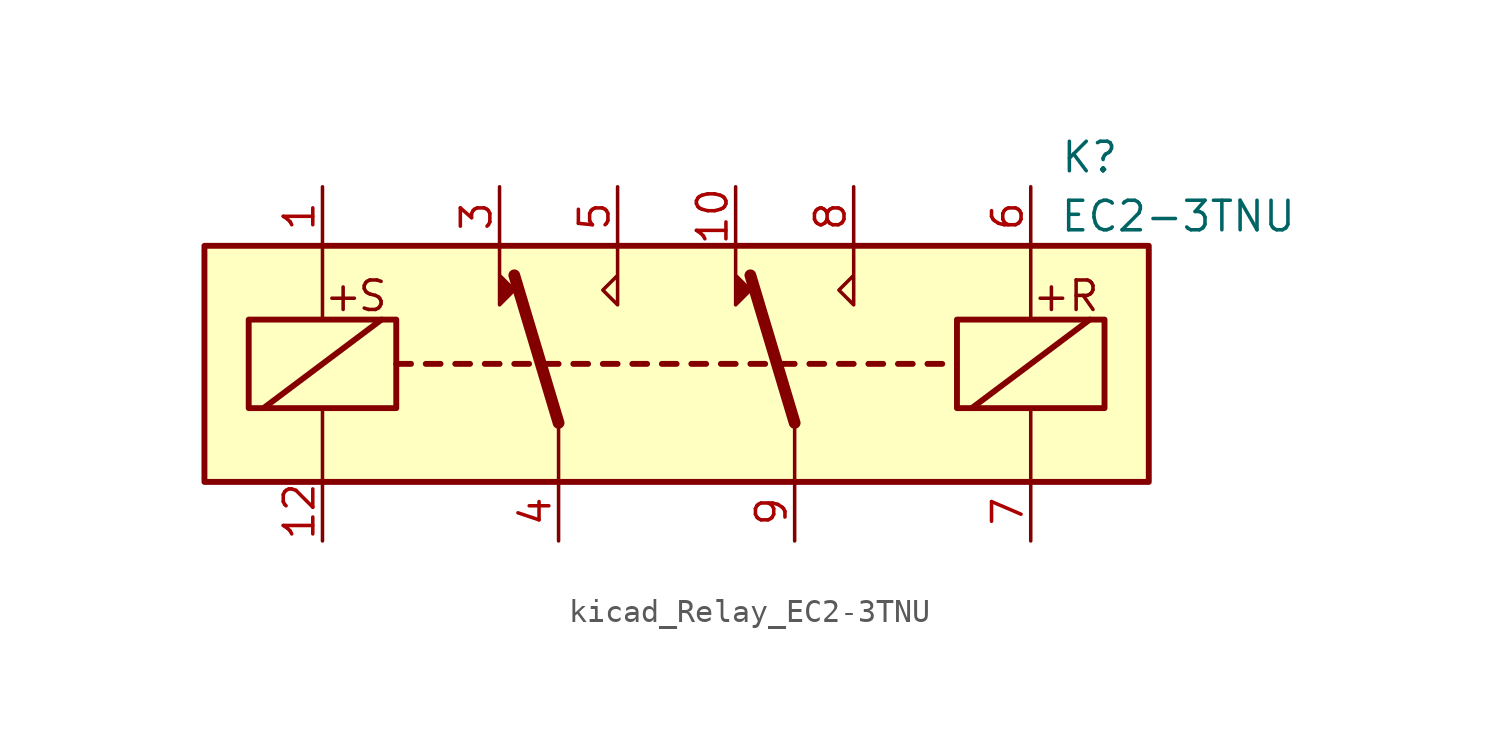
<source format=kicad_sym>
(kicad_symbol_lib
  (version 20220914)
  (generator kicad_symbol_editor)
  (symbol "kicad_Relay_EC2-3TNU"
    (property "Reference" "K"
      (at 17.78 8.89 0)
      (effects (font (size 1.27 1.27))))
    (property "Value" "EC2-3TNU"
      (at 21.59 6.35 0)
      (effects (font (size 1.27 1.27))))
    (symbol "kicad_Relay_EC2-3TNU_1_1"
      (rectangle (start -20.32 5.08) (end 20.32 -5.08) (stroke (width 0.254) (type default)) (fill (type background)))
      (rectangle (start -18.415 1.905) (end -12.065 -1.905) (stroke (width 0.254) (type default)) (fill (type none)))
      (polyline (pts (xy -17.78 -1.905) (xy -12.7 1.905)) (stroke (width 0.254) (type default)) (fill (type none)))
      (polyline (pts (xy -15.24 -5.08) (xy -15.24 -1.905)) (stroke (width 0) (type default)) (fill (type none)))
      (polyline (pts (xy -15.24 5.08) (xy -15.24 1.905)) (stroke (width 0) (type default)) (fill (type none)))
      (polyline (pts (xy -12.065 0) (xy -11.43 0)) (stroke (width 0.254) (type default)) (fill (type none)))
      (polyline (pts (xy -10.795 0) (xy -10.16 0)) (stroke (width 0.254) (type default)) (fill (type none)))
      (polyline (pts (xy -9.525 0) (xy -8.89 0)) (stroke (width 0.254) (type default)) (fill (type none)))
      (polyline (pts (xy -8.255 0) (xy -7.62 0)) (stroke (width 0.254) (type default)) (fill (type none)))
      (polyline (pts (xy -6.985 0) (xy -6.35 0)) (stroke (width 0.254) (type default)) (fill (type none)))
      (polyline (pts (xy -5.715 0) (xy -5.08 0)) (stroke (width 0.254) (type default)) (fill (type none)))
      (polyline (pts (xy -5.08 -2.54) (xy -6.985 3.81)) (stroke (width 0.508) (type default)) (fill (type none)))
      (polyline (pts (xy -5.08 -2.54) (xy -5.08 -5.08)) (stroke (width 0) (type default)) (fill (type none)))
      (polyline (pts (xy -4.445 0) (xy -3.81 0)) (stroke (width 0.254) (type default)) (fill (type none)))
      (polyline (pts (xy -3.175 0) (xy -2.54 0)) (stroke (width 0.254) (type default)) (fill (type none)))
      (polyline (pts (xy -1.905 0) (xy -1.27 0)) (stroke (width 0.254) (type default)) (fill (type none)))
      (polyline (pts (xy -0.635 0) (xy 0 0)) (stroke (width 0.254) (type default)) (fill (type none)))
      (polyline (pts (xy 0.635 0) (xy 1.27 0)) (stroke (width 0.254) (type default)) (fill (type none)))
      (polyline (pts (xy 1.905 0) (xy 2.54 0)) (stroke (width 0.254) (type default)) (fill (type none)))
      (polyline (pts (xy 3.175 0) (xy 3.81 0)) (stroke (width 0.254) (type default)) (fill (type none)))
      (polyline (pts (xy 4.445 0) (xy 5.08 0)) (stroke (width 0.254) (type default)) (fill (type none)))
      (polyline (pts (xy 5.08 -2.54) (xy 3.175 3.81)) (stroke (width 0.508) (type default)) (fill (type none)))
      (polyline (pts (xy 5.08 -2.54) (xy 5.08 -5.08)) (stroke (width 0) (type default)) (fill (type none)))
      (polyline (pts (xy 5.715 0) (xy 6.35 0)) (stroke (width 0.254) (type default)) (fill (type none)))
      (polyline (pts (xy 6.985 0) (xy 7.62 0)) (stroke (width 0.254) (type default)) (fill (type none)))
      (polyline (pts (xy 8.255 0) (xy 8.89 0)) (stroke (width 0.254) (type default)) (fill (type none)))
      (polyline (pts (xy 9.525 0) (xy 10.16 0)) (stroke (width 0.254) (type default)) (fill (type none)))
      (polyline (pts (xy 10.795 0) (xy 11.43 0)) (stroke (width 0.254) (type default)) (fill (type none)))
      (polyline (pts (xy 12.7 -1.905) (xy 17.78 1.905)) (stroke (width 0.254) (type default)) (fill (type none)))
      (polyline (pts (xy 15.24 -5.08) (xy 15.24 -1.905)) (stroke (width 0) (type default)) (fill (type none)))
      (polyline (pts (xy 15.24 5.08) (xy 15.24 1.905)) (stroke (width 0) (type default)) (fill (type none)))
      (polyline (pts (xy -7.62 5.08) (xy -7.62 2.54) (xy -6.985 3.175) (xy -7.62 3.81)) (stroke (width 0) (type default)) (fill (type outline)))
      (polyline (pts (xy -2.54 5.08) (xy -2.54 2.54) (xy -3.175 3.175) (xy -2.54 3.81)) (stroke (width 0) (type default)) (fill (type none)))
      (polyline (pts (xy 2.54 5.08) (xy 2.54 2.54) (xy 3.175 3.175) (xy 2.54 3.81)) (stroke (width 0) (type default)) (fill (type outline)))
      (polyline (pts (xy 7.62 5.08) (xy 7.62 2.54) (xy 6.985 3.175) (xy 7.62 3.81)) (stroke (width 0) (type default)) (fill (type none)))
      (rectangle (start 12.065 1.905) (end 18.415 -1.905) (stroke (width 0.254) (type default)) (fill (type none)))
      (text "+" (at -14.351 2.921 0) (effects (font (size 1.27 1.27))))
      (text "+" (at 16.129 2.921 0) (effects (font (size 1.27 1.27))))
      (text "R" (at 17.526 2.921 0) (effects (font (size 1.27 1.27))))
      (text "S" (at -13.081 2.921 0) (effects (font (size 1.27 1.27))))
      (pin passive line (at -15.24 7.62 270) (length 2.54) (name "~" (effects (font (size 1.27 1.27)))) (number "1" (effects (font (size 1.27 1.27)))))
      (pin passive line (at 2.54 7.62 270) (length 2.54) (name "~" (effects (font (size 1.27 1.27)))) (number "10" (effects (font (size 1.27 1.27)))))
      (pin passive line (at -15.24 -7.62 90) (length 2.54) (name "~" (effects (font (size 1.27 1.27)))) (number "12" (effects (font (size 1.27 1.27)))))
      (pin passive line (at -7.62 7.62 270) (length 2.54) (name "~" (effects (font (size 1.27 1.27)))) (number "3" (effects (font (size 1.27 1.27)))))
      (pin passive line (at -5.08 -7.62 90) (length 2.54) (name "~" (effects (font (size 1.27 1.27)))) (number "4" (effects (font (size 1.27 1.27)))))
      (pin passive line (at -2.54 7.62 270) (length 2.54) (name "~" (effects (font (size 1.27 1.27)))) (number "5" (effects (font (size 1.27 1.27)))))
      (pin passive line (at 15.24 7.62 270) (length 2.54) (name "~" (effects (font (size 1.27 1.27)))) (number "6" (effects (font (size 1.27 1.27)))))
      (pin passive line (at 15.24 -7.62 90) (length 2.54) (name "~" (effects (font (size 1.27 1.27)))) (number "7" (effects (font (size 1.27 1.27)))))
      (pin passive line (at 7.62 7.62 270) (length 2.54) (name "~" (effects (font (size 1.27 1.27)))) (number "8" (effects (font (size 1.27 1.27)))))
      (pin passive line (at 5.08 -7.62 90) (length 2.54) (name "~" (effects (font (size 1.27 1.27)))) (number "9" (effects (font (size 1.27 1.27))))))))
</source>
